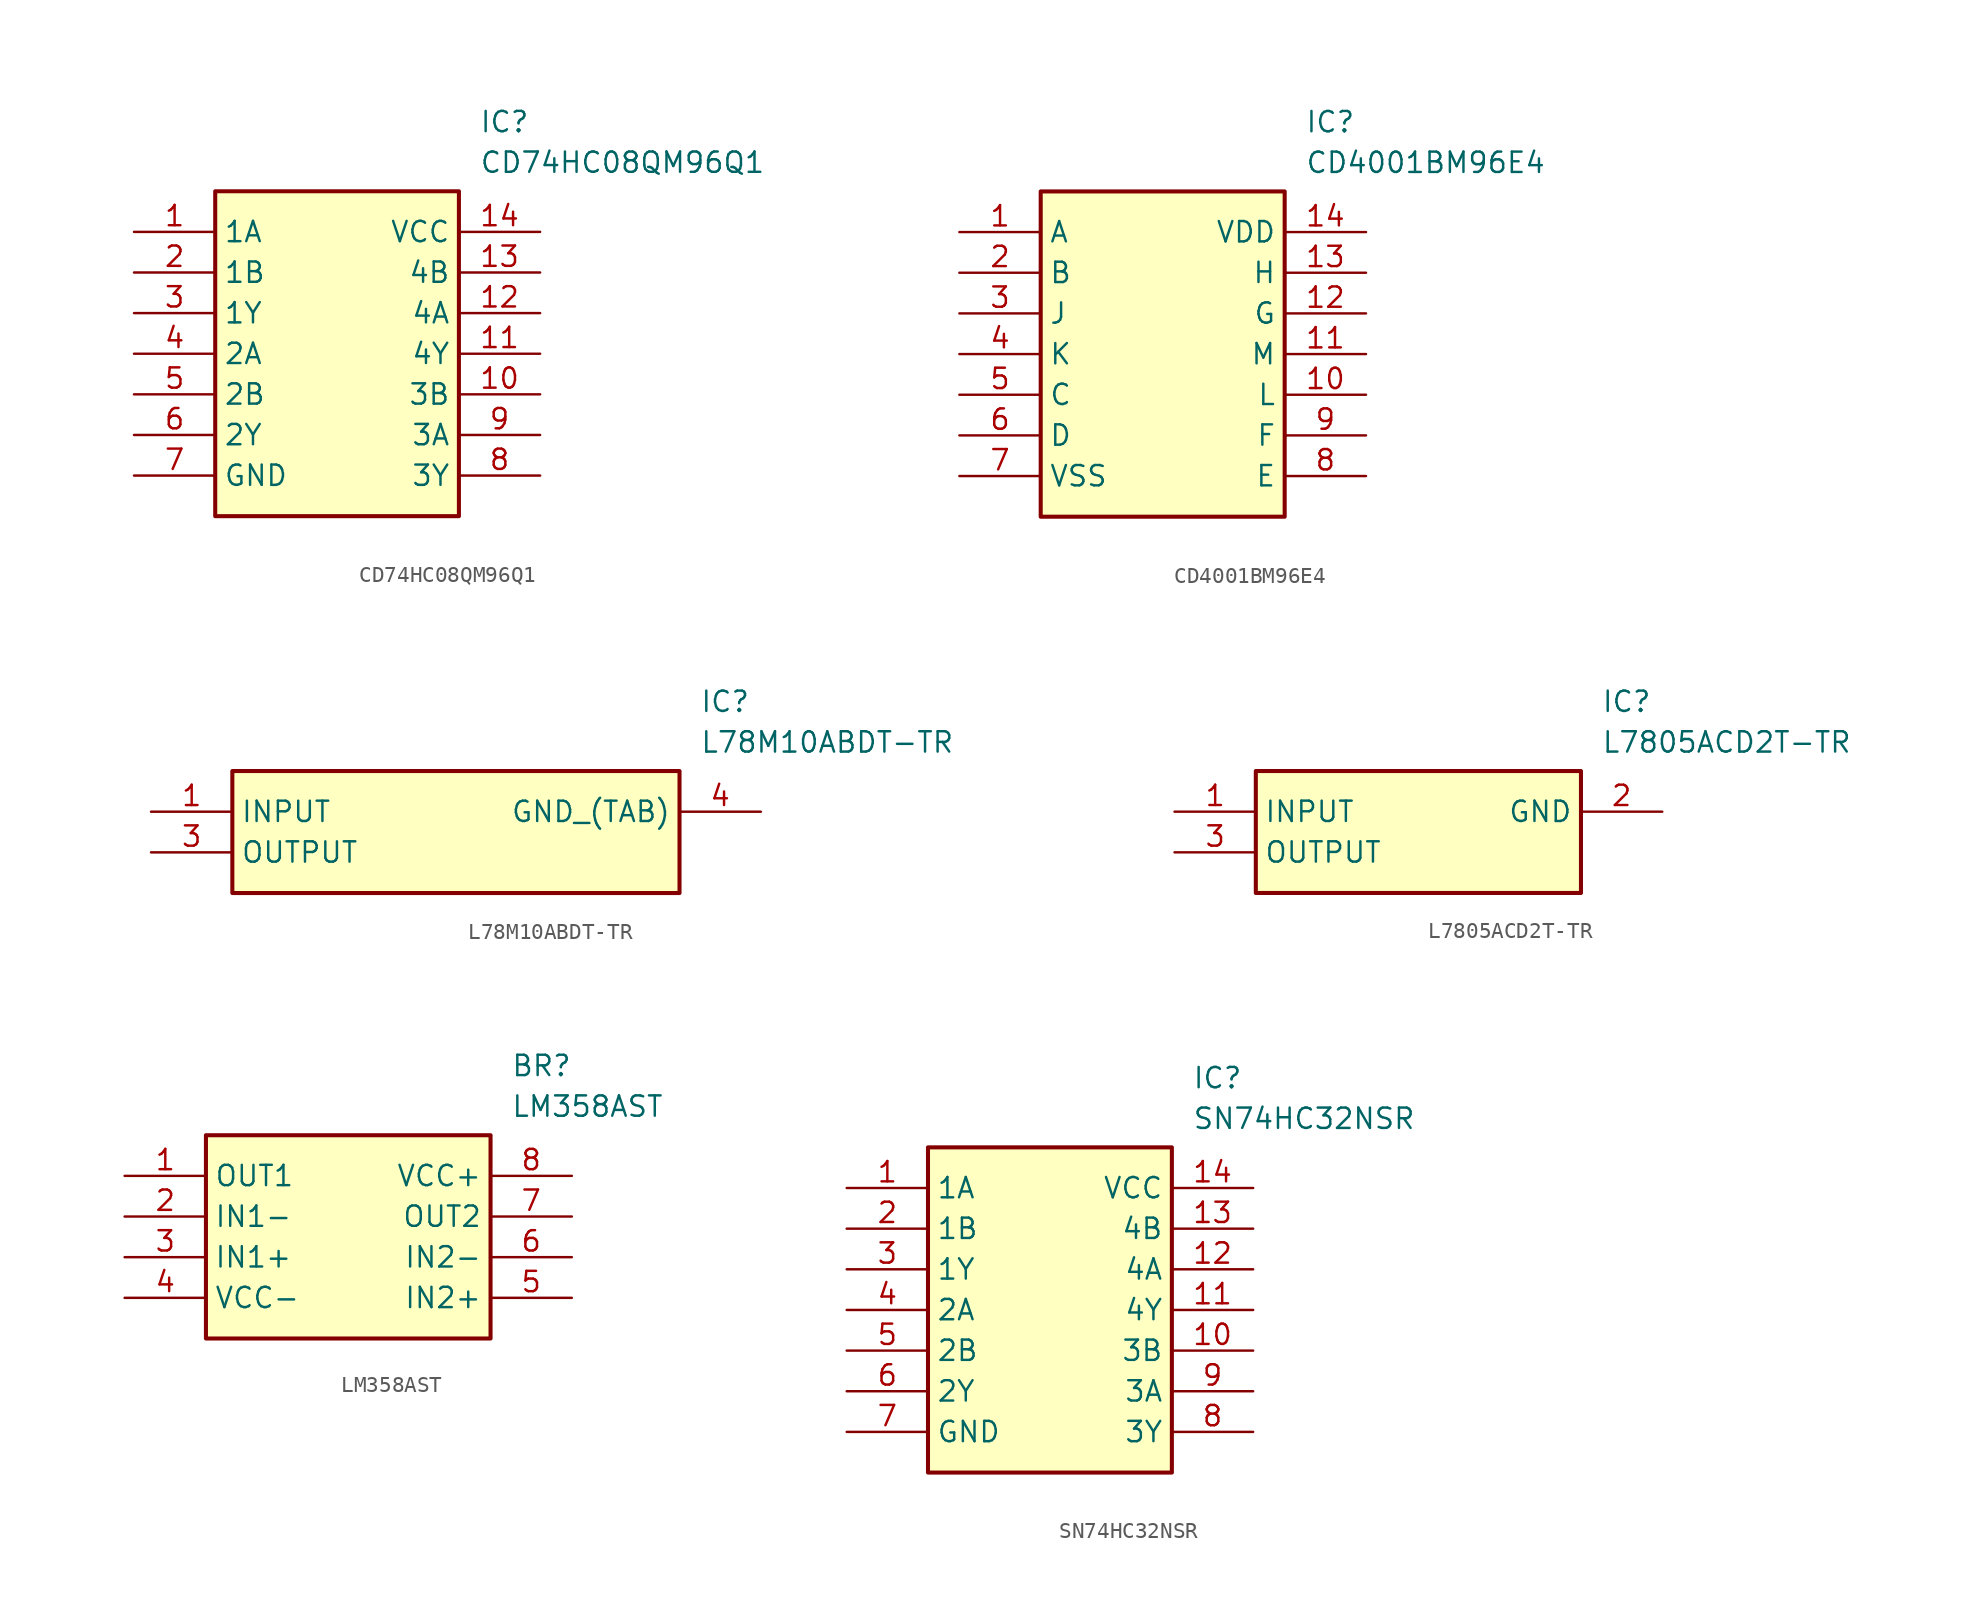
<source format=kicad_sym>
(kicad_symbol_lib
  (version 20231120)
  (generator "kicad_symbol_editor")
  (generator_version "8.0")
  (symbol "CD74HC08QM96Q1"
    (property "Reference" "IC"
      (at 21.59 7.62 0)
      (effects (font (size 1.27 1.27)) (justify left top)))
    (property "Value" "CD74HC08QM96Q1"
      (at 21.59 5.08 0)
      (effects (font (size 1.27 1.27)) (justify left top)))
    (symbol "CD74HC08QM96Q1_1_1"
      (rectangle (start 5.08 2.54) (end 20.32 -17.78) (stroke (width 0.254) (type default)) (fill (type background)))
      (pin passive line (at 0 0 0) (length 5.08) (name "1A" (effects (font (size 1.27 1.27)))) (number "1" (effects (font (size 1.27 1.27)))))
      (pin passive line (at 25.4 -10.16 180) (length 5.08) (name "3B" (effects (font (size 1.27 1.27)))) (number "10" (effects (font (size 1.27 1.27)))))
      (pin passive line (at 25.4 -7.62 180) (length 5.08) (name "4Y" (effects (font (size 1.27 1.27)))) (number "11" (effects (font (size 1.27 1.27)))))
      (pin passive line (at 25.4 -5.08 180) (length 5.08) (name "4A" (effects (font (size 1.27 1.27)))) (number "12" (effects (font (size 1.27 1.27)))))
      (pin passive line (at 25.4 -2.54 180) (length 5.08) (name "4B" (effects (font (size 1.27 1.27)))) (number "13" (effects (font (size 1.27 1.27)))))
      (pin passive line (at 25.4 0 180) (length 5.08) (name "VCC" (effects (font (size 1.27 1.27)))) (number "14" (effects (font (size 1.27 1.27)))))
      (pin passive line (at 0 -2.54 0) (length 5.08) (name "1B" (effects (font (size 1.27 1.27)))) (number "2" (effects (font (size 1.27 1.27)))))
      (pin passive line (at 0 -5.08 0) (length 5.08) (name "1Y" (effects (font (size 1.27 1.27)))) (number "3" (effects (font (size 1.27 1.27)))))
      (pin passive line (at 0 -7.62 0) (length 5.08) (name "2A" (effects (font (size 1.27 1.27)))) (number "4" (effects (font (size 1.27 1.27)))))
      (pin passive line (at 0 -10.16 0) (length 5.08) (name "2B" (effects (font (size 1.27 1.27)))) (number "5" (effects (font (size 1.27 1.27)))))
      (pin passive line (at 0 -12.7 0) (length 5.08) (name "2Y" (effects (font (size 1.27 1.27)))) (number "6" (effects (font (size 1.27 1.27)))))
      (pin passive line (at 0 -15.24 0) (length 5.08) (name "GND" (effects (font (size 1.27 1.27)))) (number "7" (effects (font (size 1.27 1.27)))))
      (pin passive line (at 25.4 -15.24 180) (length 5.08) (name "3Y" (effects (font (size 1.27 1.27)))) (number "8" (effects (font (size 1.27 1.27)))))
      (pin passive line (at 25.4 -12.7 180) (length 5.08) (name "3A" (effects (font (size 1.27 1.27)))) (number "9" (effects (font (size 1.27 1.27)))))))
  (symbol "CD4001BM96E4"
    (property "Reference" "IC"
      (at 21.59 7.62 0)
      (effects (font (size 1.27 1.27)) (justify left top)))
    (property "Value" "CD4001BM96E4"
      (at 21.59 5.08 0)
      (effects (font (size 1.27 1.27)) (justify left top)))
    (symbol "CD4001BM96E4_1_1"
      (rectangle (start 5.08 2.54) (end 20.32 -17.78) (stroke (width 0.254) (type default)) (fill (type background)))
      (pin passive line (at 0 0 0) (length 5.08) (name "A" (effects (font (size 1.27 1.27)))) (number "1" (effects (font (size 1.27 1.27)))))
      (pin passive line (at 25.4 -10.16 180) (length 5.08) (name "L" (effects (font (size 1.27 1.27)))) (number "10" (effects (font (size 1.27 1.27)))))
      (pin passive line (at 25.4 -7.62 180) (length 5.08) (name "M" (effects (font (size 1.27 1.27)))) (number "11" (effects (font (size 1.27 1.27)))))
      (pin passive line (at 25.4 -5.08 180) (length 5.08) (name "G" (effects (font (size 1.27 1.27)))) (number "12" (effects (font (size 1.27 1.27)))))
      (pin passive line (at 25.4 -2.54 180) (length 5.08) (name "H" (effects (font (size 1.27 1.27)))) (number "13" (effects (font (size 1.27 1.27)))))
      (pin passive line (at 25.4 0 180) (length 5.08) (name "VDD" (effects (font (size 1.27 1.27)))) (number "14" (effects (font (size 1.27 1.27)))))
      (pin passive line (at 0 -2.54 0) (length 5.08) (name "B" (effects (font (size 1.27 1.27)))) (number "2" (effects (font (size 1.27 1.27)))))
      (pin passive line (at 0 -5.08 0) (length 5.08) (name "J" (effects (font (size 1.27 1.27)))) (number "3" (effects (font (size 1.27 1.27)))))
      (pin passive line (at 0 -7.62 0) (length 5.08) (name "K" (effects (font (size 1.27 1.27)))) (number "4" (effects (font (size 1.27 1.27)))))
      (pin passive line (at 0 -10.16 0) (length 5.08) (name "C" (effects (font (size 1.27 1.27)))) (number "5" (effects (font (size 1.27 1.27)))))
      (pin passive line (at 0 -12.7 0) (length 5.08) (name "D" (effects (font (size 1.27 1.27)))) (number "6" (effects (font (size 1.27 1.27)))))
      (pin passive line (at 0 -15.24 0) (length 5.08) (name "VSS" (effects (font (size 1.27 1.27)))) (number "7" (effects (font (size 1.27 1.27)))))
      (pin passive line (at 25.4 -15.24 180) (length 5.08) (name "E" (effects (font (size 1.27 1.27)))) (number "8" (effects (font (size 1.27 1.27)))))
      (pin passive line (at 25.4 -12.7 180) (length 5.08) (name "F" (effects (font (size 1.27 1.27)))) (number "9" (effects (font (size 1.27 1.27)))))))
  (symbol "L78M10ABDT-TR"
    (property "Reference" "IC"
      (at 34.29 7.62 0)
      (effects (font (size 1.27 1.27)) (justify left top)))
    (property "Value" "L78M10ABDT-TR"
      (at 34.29 5.08 0)
      (effects (font (size 1.27 1.27)) (justify left top)))
    (symbol "L78M10ABDT-TR_1_1"
      (rectangle (start 5.08 2.54) (end 33.02 -5.08) (stroke (width 0.254) (type default)) (fill (type background)))
      (pin output line (at 0 0 0) (length 5.08) (name "INPUT" (effects (font (size 1.27 1.27)))) (number "1" (effects (font (size 1.27 1.27)))))
      (pin power_in line (at 0 -2.54 0) (length 5.08) (name "OUTPUT" (effects (font (size 1.27 1.27)))) (number "3" (effects (font (size 1.27 1.27)))))
      (pin input line (at 38.1 0 180) (length 5.08) (name "GND_(TAB)" (effects (font (size 1.27 1.27)))) (number "4" (effects (font (size 1.27 1.27)))))))
  (symbol "L7805ACD2T-TR"
    (property "Reference" "IC"
      (at 26.67 7.62 0)
      (effects (font (size 1.27 1.27)) (justify left top)))
    (property "Value" "L7805ACD2T-TR"
      (at 26.67 5.08 0)
      (effects (font (size 1.27 1.27)) (justify left top)))
    (symbol "L7805ACD2T-TR_1_1"
      (rectangle (start 5.08 2.54) (end 25.4 -5.08) (stroke (width 0.254) (type default)) (fill (type background)))
      (pin power_in line (at 0 0 0) (length 5.08) (name "INPUT" (effects (font (size 1.27 1.27)))) (number "1" (effects (font (size 1.27 1.27)))))
      (pin passive line (at 30.48 0 180) (length 5.08) (name "GND" (effects (font (size 1.27 1.27)))) (number "2" (effects (font (size 1.27 1.27)))))
      (pin power_out line (at 0 -2.54 0) (length 5.08) (name "OUTPUT" (effects (font (size 1.27 1.27)))) (number "3" (effects (font (size 1.27 1.27)))))))
  (symbol "LM358AST"
    (property "Reference" "BR"
      (at 24.13 7.62 0)
      (effects (font (size 1.27 1.27)) (justify left top)))
    (property "Value" "LM358AST"
      (at 24.13 5.08 0)
      (effects (font (size 1.27 1.27)) (justify left top)))
    (symbol "LM358AST_1_1"
      (rectangle (start 5.08 2.54) (end 22.86 -10.16) (stroke (width 0.254) (type default)) (fill (type background)))
      (pin passive line (at 0 0 0) (length 5.08) (name "OUT1" (effects (font (size 1.27 1.27)))) (number "1" (effects (font (size 1.27 1.27)))))
      (pin passive line (at 0 -2.54 0) (length 5.08) (name "IN1-" (effects (font (size 1.27 1.27)))) (number "2" (effects (font (size 1.27 1.27)))))
      (pin passive line (at 0 -5.08 0) (length 5.08) (name "IN1+" (effects (font (size 1.27 1.27)))) (number "3" (effects (font (size 1.27 1.27)))))
      (pin passive line (at 0 -7.62 0) (length 5.08) (name "VCC-" (effects (font (size 1.27 1.27)))) (number "4" (effects (font (size 1.27 1.27)))))
      (pin passive line (at 27.94 -7.62 180) (length 5.08) (name "IN2+" (effects (font (size 1.27 1.27)))) (number "5" (effects (font (size 1.27 1.27)))))
      (pin passive line (at 27.94 -5.08 180) (length 5.08) (name "IN2-" (effects (font (size 1.27 1.27)))) (number "6" (effects (font (size 1.27 1.27)))))
      (pin passive line (at 27.94 -2.54 180) (length 5.08) (name "OUT2" (effects (font (size 1.27 1.27)))) (number "7" (effects (font (size 1.27 1.27)))))
      (pin passive line (at 27.94 0 180) (length 5.08) (name "VCC+" (effects (font (size 1.27 1.27)))) (number "8" (effects (font (size 1.27 1.27)))))))
  (symbol "SN74HC32NSR"
    (property "Reference" "IC"
      (at 21.59 7.62 0)
      (effects (font (size 1.27 1.27)) (justify left top)))
    (property "Value" "SN74HC32NSR"
      (at 21.59 5.08 0)
      (effects (font (size 1.27 1.27)) (justify left top)))
    (symbol "SN74HC32NSR_1_1"
      (rectangle (start 5.08 2.54) (end 20.32 -17.78) (stroke (width 0.254) (type default)) (fill (type background)))
      (pin passive line (at 0 0 0) (length 5.08) (name "1A" (effects (font (size 1.27 1.27)))) (number "1" (effects (font (size 1.27 1.27)))))
      (pin passive line (at 25.4 -10.16 180) (length 5.08) (name "3B" (effects (font (size 1.27 1.27)))) (number "10" (effects (font (size 1.27 1.27)))))
      (pin passive line (at 25.4 -7.62 180) (length 5.08) (name "4Y" (effects (font (size 1.27 1.27)))) (number "11" (effects (font (size 1.27 1.27)))))
      (pin passive line (at 25.4 -5.08 180) (length 5.08) (name "4A" (effects (font (size 1.27 1.27)))) (number "12" (effects (font (size 1.27 1.27)))))
      (pin passive line (at 25.4 -2.54 180) (length 5.08) (name "4B" (effects (font (size 1.27 1.27)))) (number "13" (effects (font (size 1.27 1.27)))))
      (pin passive line (at 25.4 0 180) (length 5.08) (name "VCC" (effects (font (size 1.27 1.27)))) (number "14" (effects (font (size 1.27 1.27)))))
      (pin passive line (at 0 -2.54 0) (length 5.08) (name "1B" (effects (font (size 1.27 1.27)))) (number "2" (effects (font (size 1.27 1.27)))))
      (pin passive line (at 0 -5.08 0) (length 5.08) (name "1Y" (effects (font (size 1.27 1.27)))) (number "3" (effects (font (size 1.27 1.27)))))
      (pin passive line (at 0 -7.62 0) (length 5.08) (name "2A" (effects (font (size 1.27 1.27)))) (number "4" (effects (font (size 1.27 1.27)))))
      (pin passive line (at 0 -10.16 0) (length 5.08) (name "2B" (effects (font (size 1.27 1.27)))) (number "5" (effects (font (size 1.27 1.27)))))
      (pin passive line (at 0 -12.7 0) (length 5.08) (name "2Y" (effects (font (size 1.27 1.27)))) (number "6" (effects (font (size 1.27 1.27)))))
      (pin passive line (at 0 -15.24 0) (length 5.08) (name "GND" (effects (font (size 1.27 1.27)))) (number "7" (effects (font (size 1.27 1.27)))))
      (pin passive line (at 25.4 -15.24 180) (length 5.08) (name "3Y" (effects (font (size 1.27 1.27)))) (number "8" (effects (font (size 1.27 1.27)))))
      (pin passive line (at 25.4 -12.7 180) (length 5.08) (name "3A" (effects (font (size 1.27 1.27)))) (number "9" (effects (font (size 1.27 1.27))))))))
</source>
